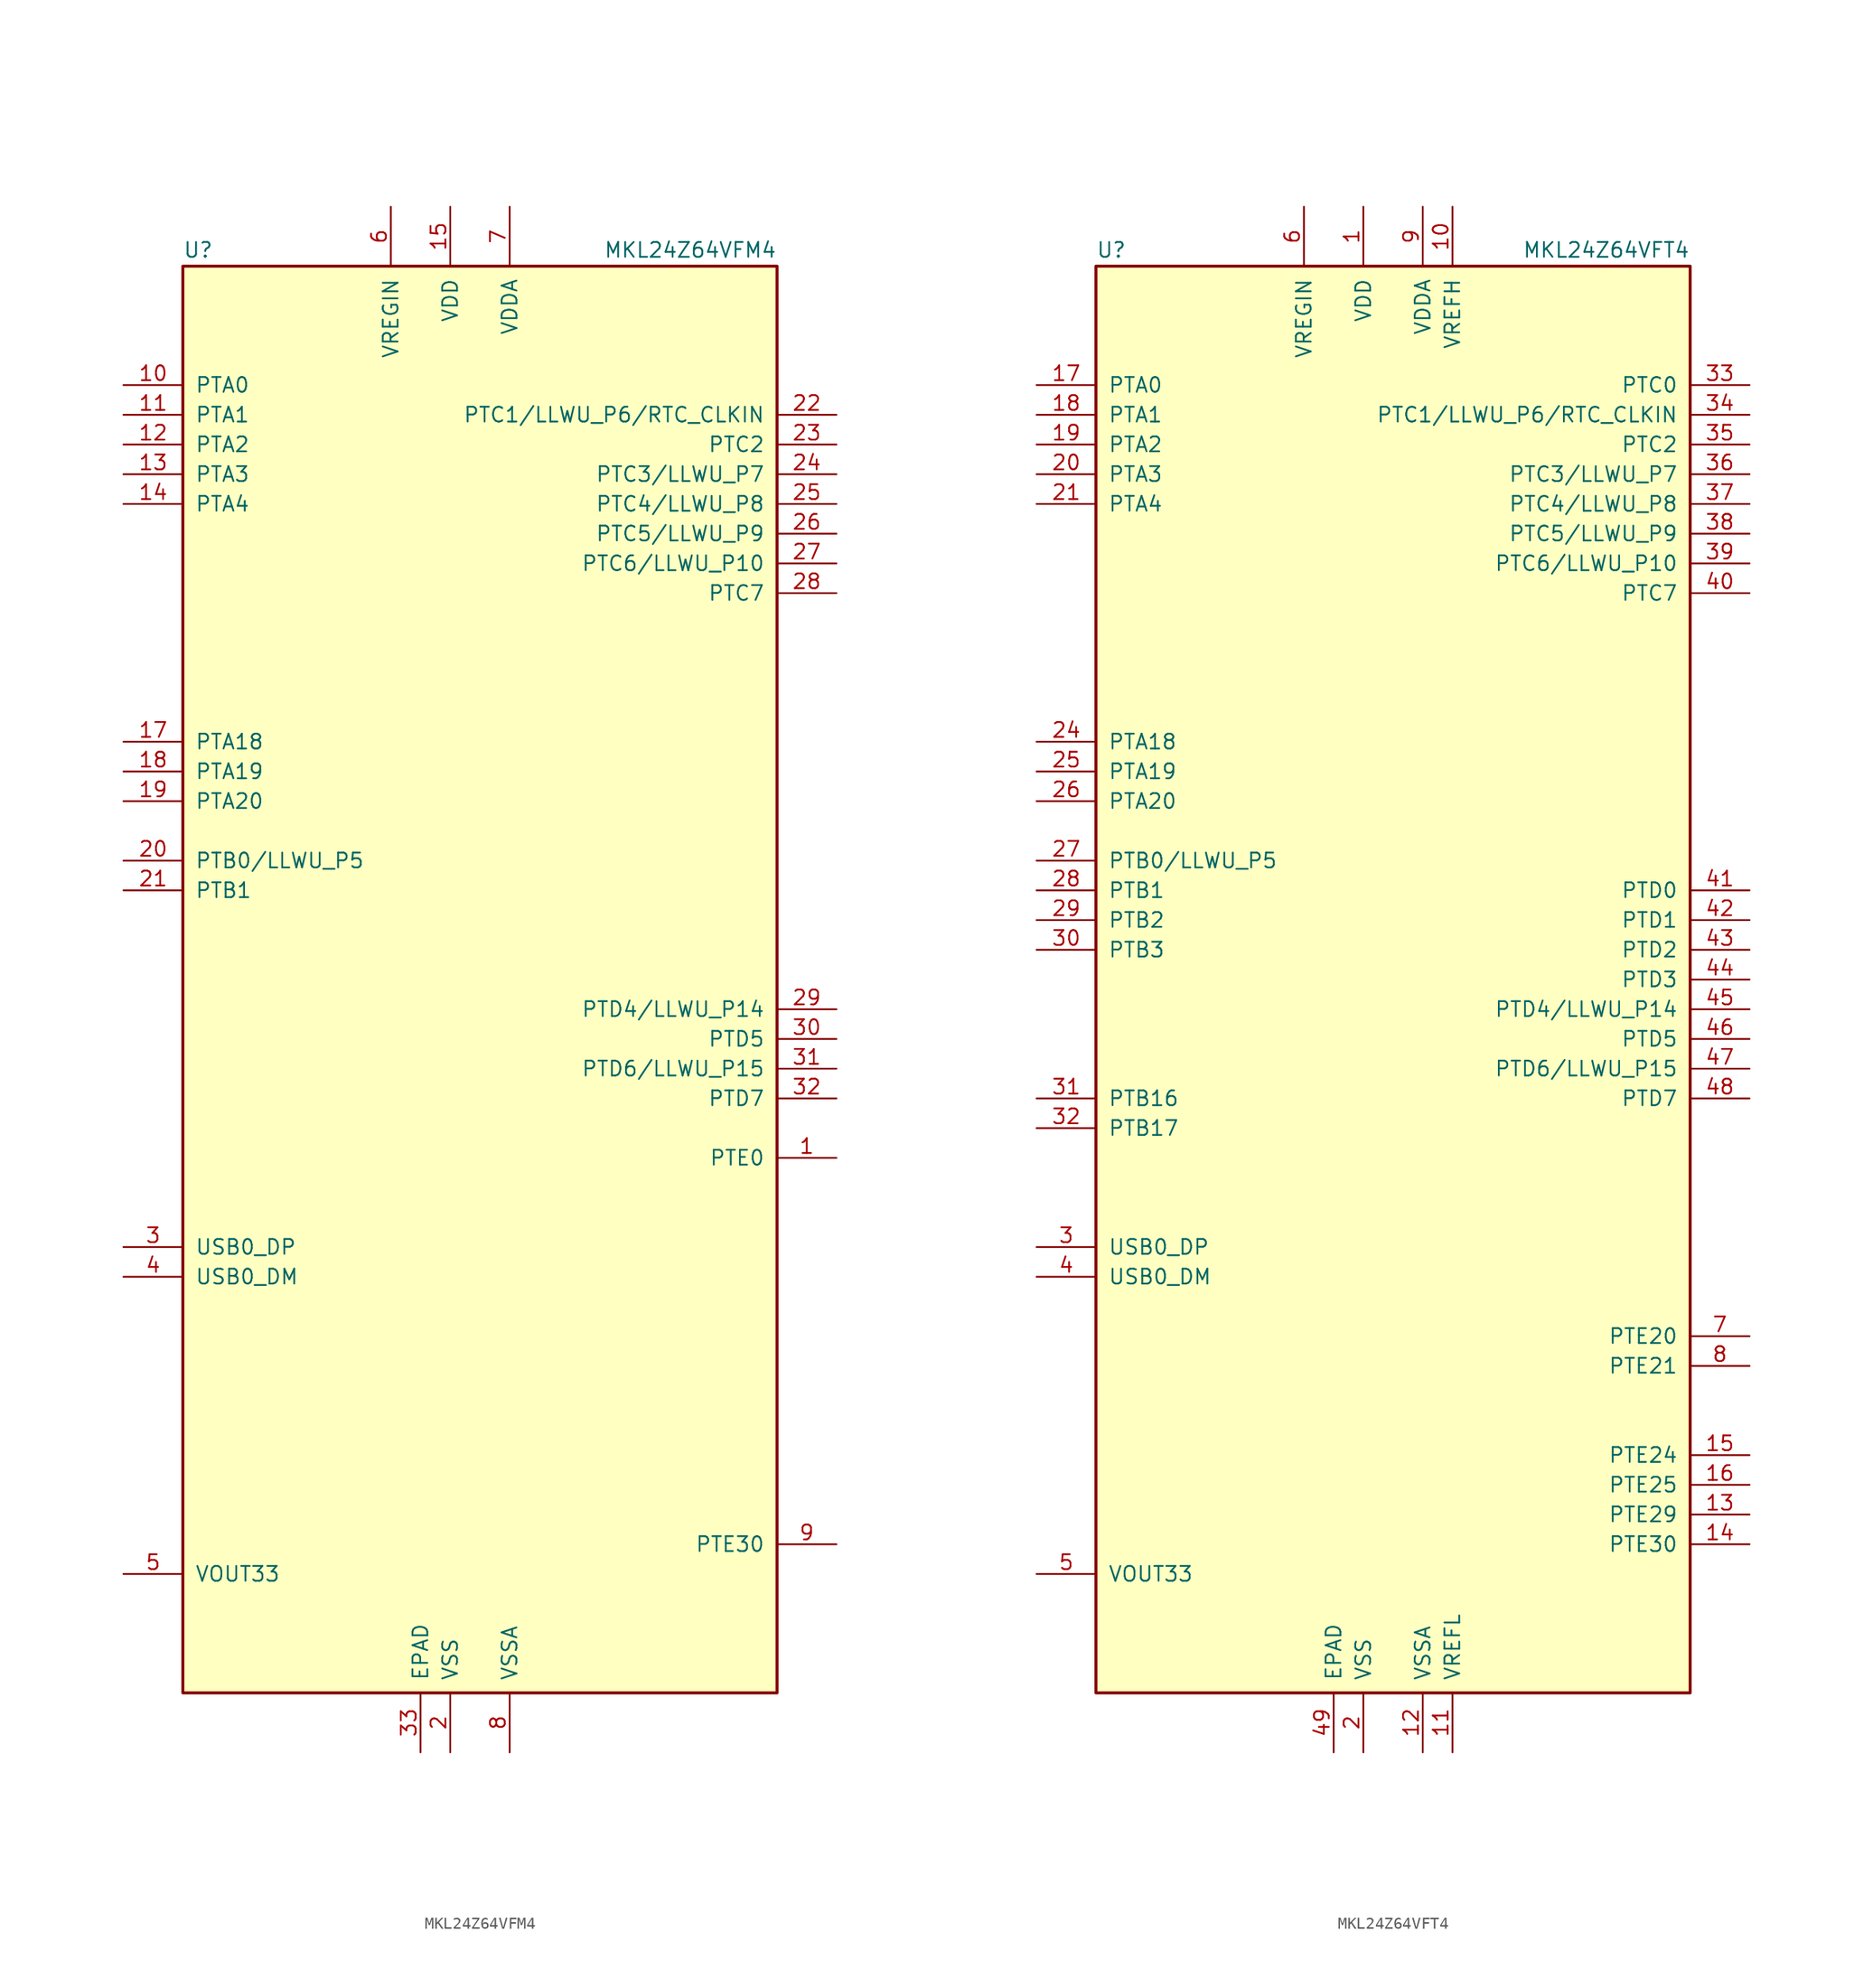
<source format=kicad_sym>
(kicad_symbol_lib
  (version 20241209)
  (generator "kicad_symbol_editor")
  (generator_version "9.0")
  (symbol "MKL24Z64VFM4"
    (pin_names
      (offset 1.016))
    (property "Reference" "U"
      (at -25.4 61.595 0)
      (effects (font (size 1.27 1.27)) (justify left bottom)))
    (property "Value" "MKL24Z64VFM4"
      (at 25.4 61.595 0)
      (effects (font (size 1.27 1.27)) (justify right bottom)))
    (symbol "MKL24Z64VFM4_0_1"
      (rectangle (start -25.4 60.96) (end 25.4 -60.96) (stroke (width 0.254) (type default)) (fill (type background))))
    (symbol "MKL24Z64VFM4_1_1"
      (pin bidirectional line (at -30.48 50.8 0) (length 5.08) (name "PTA0" (effects (font (size 1.27 1.27)))) (number "10" (effects (font (size 1.27 1.27)))))
      (pin bidirectional line (at -30.48 48.26 0) (length 5.08) (name "PTA1" (effects (font (size 1.27 1.27)))) (number "11" (effects (font (size 1.27 1.27)))))
      (pin bidirectional line (at -30.48 45.72 0) (length 5.08) (name "PTA2" (effects (font (size 1.27 1.27)))) (number "12" (effects (font (size 1.27 1.27)))))
      (pin bidirectional line (at -30.48 43.18 0) (length 5.08) (name "PTA3" (effects (font (size 1.27 1.27)))) (number "13" (effects (font (size 1.27 1.27)))))
      (pin bidirectional line (at -30.48 40.64 0) (length 5.08) (name "PTA4" (effects (font (size 1.27 1.27)))) (number "14" (effects (font (size 1.27 1.27)))))
      (pin bidirectional line (at -30.48 20.32 0) (length 5.08) (name "PTA18" (effects (font (size 1.27 1.27)))) (number "17" (effects (font (size 1.27 1.27)))))
      (pin bidirectional line (at -30.48 17.78 0) (length 5.08) (name "PTA19" (effects (font (size 1.27 1.27)))) (number "18" (effects (font (size 1.27 1.27)))))
      (pin bidirectional line (at -30.48 15.24 0) (length 5.08) (name "PTA20" (effects (font (size 1.27 1.27)))) (number "19" (effects (font (size 1.27 1.27)))))
      (pin bidirectional line (at -30.48 10.16 0) (length 5.08) (name "PTB0/LLWU_P5" (effects (font (size 1.27 1.27)))) (number "20" (effects (font (size 1.27 1.27)))))
      (pin bidirectional line (at -30.48 7.62 0) (length 5.08) (name "PTB1" (effects (font (size 1.27 1.27)))) (number "21" (effects (font (size 1.27 1.27)))))
      (pin bidirectional line (at -30.48 -22.86 0) (length 5.08) (name "USB0_DP" (effects (font (size 1.27 1.27)))) (number "3" (effects (font (size 1.27 1.27)))))
      (pin bidirectional line (at -30.48 -25.4 0) (length 5.08) (name "USB0_DM" (effects (font (size 1.27 1.27)))) (number "4" (effects (font (size 1.27 1.27)))))
      (pin power_out line (at -30.48 -50.8 0) (length 5.08) (name "VOUT33" (effects (font (size 1.27 1.27)))) (number "5" (effects (font (size 1.27 1.27)))))
      (pin power_in line (at -7.62 66.04 270) (length 5.08) (name "VREGIN" (effects (font (size 1.27 1.27)))) (number "6" (effects (font (size 1.27 1.27)))))
      (pin power_in line (at -5.08 -66.04 90) (length 5.08) (name "EPAD" (effects (font (size 1.27 1.27)))) (number "33" (effects (font (size 1.27 1.27)))))
      (pin power_in line (at -2.54 66.04 270) (length 5.08) (name "VDD" (effects (font (size 1.27 1.27)))) (number "15" (effects (font (size 1.27 1.27)))))
      (pin passive line (at -2.54 -66.04 90) (length 5.08) (hide yes) (name "VSS" (effects (font (size 1.27 1.27)))) (number "16" (effects (font (size 1.27 1.27)))))
      (pin power_in line (at -2.54 -66.04 90) (length 5.08) (name "VSS" (effects (font (size 1.27 1.27)))) (number "2" (effects (font (size 1.27 1.27)))))
      (pin power_in line (at 2.54 66.04 270) (length 5.08) (name "VDDA" (effects (font (size 1.27 1.27)))) (number "7" (effects (font (size 1.27 1.27)))))
      (pin power_in line (at 2.54 -66.04 90) (length 5.08) (name "VSSA" (effects (font (size 1.27 1.27)))) (number "8" (effects (font (size 1.27 1.27)))))
      (pin bidirectional line (at 30.48 48.26 180) (length 5.08) (name "PTC1/LLWU_P6/RTC_CLKIN" (effects (font (size 1.27 1.27)))) (number "22" (effects (font (size 1.27 1.27)))))
      (pin bidirectional line (at 30.48 45.72 180) (length 5.08) (name "PTC2" (effects (font (size 1.27 1.27)))) (number "23" (effects (font (size 1.27 1.27)))))
      (pin bidirectional line (at 30.48 43.18 180) (length 5.08) (name "PTC3/LLWU_P7" (effects (font (size 1.27 1.27)))) (number "24" (effects (font (size 1.27 1.27)))))
      (pin bidirectional line (at 30.48 40.64 180) (length 5.08) (name "PTC4/LLWU_P8" (effects (font (size 1.27 1.27)))) (number "25" (effects (font (size 1.27 1.27)))))
      (pin bidirectional line (at 30.48 38.1 180) (length 5.08) (name "PTC5/LLWU_P9" (effects (font (size 1.27 1.27)))) (number "26" (effects (font (size 1.27 1.27)))))
      (pin bidirectional line (at 30.48 35.56 180) (length 5.08) (name "PTC6/LLWU_P10" (effects (font (size 1.27 1.27)))) (number "27" (effects (font (size 1.27 1.27)))))
      (pin bidirectional line (at 30.48 33.02 180) (length 5.08) (name "PTC7" (effects (font (size 1.27 1.27)))) (number "28" (effects (font (size 1.27 1.27)))))
      (pin bidirectional line (at 30.48 -2.54 180) (length 5.08) (name "PTD4/LLWU_P14" (effects (font (size 1.27 1.27)))) (number "29" (effects (font (size 1.27 1.27)))))
      (pin bidirectional line (at 30.48 -5.08 180) (length 5.08) (name "PTD5" (effects (font (size 1.27 1.27)))) (number "30" (effects (font (size 1.27 1.27)))))
      (pin bidirectional line (at 30.48 -7.62 180) (length 5.08) (name "PTD6/LLWU_P15" (effects (font (size 1.27 1.27)))) (number "31" (effects (font (size 1.27 1.27)))))
      (pin bidirectional line (at 30.48 -10.16 180) (length 5.08) (name "PTD7" (effects (font (size 1.27 1.27)))) (number "32" (effects (font (size 1.27 1.27)))))
      (pin bidirectional line (at 30.48 -15.24 180) (length 5.08) (name "PTE0" (effects (font (size 1.27 1.27)))) (number "1" (effects (font (size 1.27 1.27)))))
      (pin bidirectional line (at 30.48 -48.26 180) (length 5.08) (name "PTE30" (effects (font (size 1.27 1.27)))) (number "9" (effects (font (size 1.27 1.27)))))))
  (symbol "MKL24Z64VFT4"
    (pin_names
      (offset 1.016))
    (property "Reference" "U"
      (at -25.4 61.595 0)
      (effects (font (size 1.27 1.27)) (justify left bottom)))
    (property "Value" "MKL24Z64VFT4"
      (at 25.4 61.595 0)
      (effects (font (size 1.27 1.27)) (justify right bottom)))
    (symbol "MKL24Z64VFT4_0_1"
      (rectangle (start -25.4 60.96) (end 25.4 -60.96) (stroke (width 0.254) (type default)) (fill (type background))))
    (symbol "MKL24Z64VFT4_1_1"
      (pin bidirectional line (at -30.48 50.8 0) (length 5.08) (name "PTA0" (effects (font (size 1.27 1.27)))) (number "17" (effects (font (size 1.27 1.27)))))
      (pin bidirectional line (at -30.48 48.26 0) (length 5.08) (name "PTA1" (effects (font (size 1.27 1.27)))) (number "18" (effects (font (size 1.27 1.27)))))
      (pin bidirectional line (at -30.48 45.72 0) (length 5.08) (name "PTA2" (effects (font (size 1.27 1.27)))) (number "19" (effects (font (size 1.27 1.27)))))
      (pin bidirectional line (at -30.48 43.18 0) (length 5.08) (name "PTA3" (effects (font (size 1.27 1.27)))) (number "20" (effects (font (size 1.27 1.27)))))
      (pin bidirectional line (at -30.48 40.64 0) (length 5.08) (name "PTA4" (effects (font (size 1.27 1.27)))) (number "21" (effects (font (size 1.27 1.27)))))
      (pin bidirectional line (at -30.48 20.32 0) (length 5.08) (name "PTA18" (effects (font (size 1.27 1.27)))) (number "24" (effects (font (size 1.27 1.27)))))
      (pin bidirectional line (at -30.48 17.78 0) (length 5.08) (name "PTA19" (effects (font (size 1.27 1.27)))) (number "25" (effects (font (size 1.27 1.27)))))
      (pin bidirectional line (at -30.48 15.24 0) (length 5.08) (name "PTA20" (effects (font (size 1.27 1.27)))) (number "26" (effects (font (size 1.27 1.27)))))
      (pin bidirectional line (at -30.48 10.16 0) (length 5.08) (name "PTB0/LLWU_P5" (effects (font (size 1.27 1.27)))) (number "27" (effects (font (size 1.27 1.27)))))
      (pin bidirectional line (at -30.48 7.62 0) (length 5.08) (name "PTB1" (effects (font (size 1.27 1.27)))) (number "28" (effects (font (size 1.27 1.27)))))
      (pin bidirectional line (at -30.48 5.08 0) (length 5.08) (name "PTB2" (effects (font (size 1.27 1.27)))) (number "29" (effects (font (size 1.27 1.27)))))
      (pin bidirectional line (at -30.48 2.54 0) (length 5.08) (name "PTB3" (effects (font (size 1.27 1.27)))) (number "30" (effects (font (size 1.27 1.27)))))
      (pin bidirectional line (at -30.48 -10.16 0) (length 5.08) (name "PTB16" (effects (font (size 1.27 1.27)))) (number "31" (effects (font (size 1.27 1.27)))))
      (pin bidirectional line (at -30.48 -12.7 0) (length 5.08) (name "PTB17" (effects (font (size 1.27 1.27)))) (number "32" (effects (font (size 1.27 1.27)))))
      (pin bidirectional line (at -30.48 -22.86 0) (length 5.08) (name "USB0_DP" (effects (font (size 1.27 1.27)))) (number "3" (effects (font (size 1.27 1.27)))))
      (pin bidirectional line (at -30.48 -25.4 0) (length 5.08) (name "USB0_DM" (effects (font (size 1.27 1.27)))) (number "4" (effects (font (size 1.27 1.27)))))
      (pin power_out line (at -30.48 -50.8 0) (length 5.08) (name "VOUT33" (effects (font (size 1.27 1.27)))) (number "5" (effects (font (size 1.27 1.27)))))
      (pin power_in line (at -7.62 66.04 270) (length 5.08) (name "VREGIN" (effects (font (size 1.27 1.27)))) (number "6" (effects (font (size 1.27 1.27)))))
      (pin power_in line (at -5.08 -66.04 90) (length 5.08) (name "EPAD" (effects (font (size 1.27 1.27)))) (number "49" (effects (font (size 1.27 1.27)))))
      (pin power_in line (at -2.54 66.04 270) (length 5.08) (name "VDD" (effects (font (size 1.27 1.27)))) (number "1" (effects (font (size 1.27 1.27)))))
      (pin passive line (at -2.54 66.04 270) (length 5.08) (hide yes) (name "VDD" (effects (font (size 1.27 1.27)))) (number "22" (effects (font (size 1.27 1.27)))))
      (pin power_in line (at -2.54 -66.04 90) (length 5.08) (name "VSS" (effects (font (size 1.27 1.27)))) (number "2" (effects (font (size 1.27 1.27)))))
      (pin passive line (at -2.54 -66.04 90) (length 5.08) (hide yes) (name "VSS" (effects (font (size 1.27 1.27)))) (number "23" (effects (font (size 1.27 1.27)))))
      (pin power_in line (at 2.54 66.04 270) (length 5.08) (name "VDDA" (effects (font (size 1.27 1.27)))) (number "9" (effects (font (size 1.27 1.27)))))
      (pin power_in line (at 2.54 -66.04 90) (length 5.08) (name "VSSA" (effects (font (size 1.27 1.27)))) (number "12" (effects (font (size 1.27 1.27)))))
      (pin power_in line (at 5.08 66.04 270) (length 5.08) (name "VREFH" (effects (font (size 1.27 1.27)))) (number "10" (effects (font (size 1.27 1.27)))))
      (pin power_in line (at 5.08 -66.04 90) (length 5.08) (name "VREFL" (effects (font (size 1.27 1.27)))) (number "11" (effects (font (size 1.27 1.27)))))
      (pin bidirectional line (at 30.48 50.8 180) (length 5.08) (name "PTC0" (effects (font (size 1.27 1.27)))) (number "33" (effects (font (size 1.27 1.27)))))
      (pin bidirectional line (at 30.48 48.26 180) (length 5.08) (name "PTC1/LLWU_P6/RTC_CLKIN" (effects (font (size 1.27 1.27)))) (number "34" (effects (font (size 1.27 1.27)))))
      (pin bidirectional line (at 30.48 45.72 180) (length 5.08) (name "PTC2" (effects (font (size 1.27 1.27)))) (number "35" (effects (font (size 1.27 1.27)))))
      (pin bidirectional line (at 30.48 43.18 180) (length 5.08) (name "PTC3/LLWU_P7" (effects (font (size 1.27 1.27)))) (number "36" (effects (font (size 1.27 1.27)))))
      (pin bidirectional line (at 30.48 40.64 180) (length 5.08) (name "PTC4/LLWU_P8" (effects (font (size 1.27 1.27)))) (number "37" (effects (font (size 1.27 1.27)))))
      (pin bidirectional line (at 30.48 38.1 180) (length 5.08) (name "PTC5/LLWU_P9" (effects (font (size 1.27 1.27)))) (number "38" (effects (font (size 1.27 1.27)))))
      (pin bidirectional line (at 30.48 35.56 180) (length 5.08) (name "PTC6/LLWU_P10" (effects (font (size 1.27 1.27)))) (number "39" (effects (font (size 1.27 1.27)))))
      (pin bidirectional line (at 30.48 33.02 180) (length 5.08) (name "PTC7" (effects (font (size 1.27 1.27)))) (number "40" (effects (font (size 1.27 1.27)))))
      (pin bidirectional line (at 30.48 7.62 180) (length 5.08) (name "PTD0" (effects (font (size 1.27 1.27)))) (number "41" (effects (font (size 1.27 1.27)))))
      (pin bidirectional line (at 30.48 5.08 180) (length 5.08) (name "PTD1" (effects (font (size 1.27 1.27)))) (number "42" (effects (font (size 1.27 1.27)))))
      (pin bidirectional line (at 30.48 2.54 180) (length 5.08) (name "PTD2" (effects (font (size 1.27 1.27)))) (number "43" (effects (font (size 1.27 1.27)))))
      (pin bidirectional line (at 30.48 0 180) (length 5.08) (name "PTD3" (effects (font (size 1.27 1.27)))) (number "44" (effects (font (size 1.27 1.27)))))
      (pin bidirectional line (at 30.48 -2.54 180) (length 5.08) (name "PTD4/LLWU_P14" (effects (font (size 1.27 1.27)))) (number "45" (effects (font (size 1.27 1.27)))))
      (pin bidirectional line (at 30.48 -5.08 180) (length 5.08) (name "PTD5" (effects (font (size 1.27 1.27)))) (number "46" (effects (font (size 1.27 1.27)))))
      (pin bidirectional line (at 30.48 -7.62 180) (length 5.08) (name "PTD6/LLWU_P15" (effects (font (size 1.27 1.27)))) (number "47" (effects (font (size 1.27 1.27)))))
      (pin bidirectional line (at 30.48 -10.16 180) (length 5.08) (name "PTD7" (effects (font (size 1.27 1.27)))) (number "48" (effects (font (size 1.27 1.27)))))
      (pin bidirectional line (at 30.48 -30.48 180) (length 5.08) (name "PTE20" (effects (font (size 1.27 1.27)))) (number "7" (effects (font (size 1.27 1.27)))))
      (pin bidirectional line (at 30.48 -33.02 180) (length 5.08) (name "PTE21" (effects (font (size 1.27 1.27)))) (number "8" (effects (font (size 1.27 1.27)))))
      (pin bidirectional line (at 30.48 -40.64 180) (length 5.08) (name "PTE24" (effects (font (size 1.27 1.27)))) (number "15" (effects (font (size 1.27 1.27)))))
      (pin bidirectional line (at 30.48 -43.18 180) (length 5.08) (name "PTE25" (effects (font (size 1.27 1.27)))) (number "16" (effects (font (size 1.27 1.27)))))
      (pin bidirectional line (at 30.48 -45.72 180) (length 5.08) (name "PTE29" (effects (font (size 1.27 1.27)))) (number "13" (effects (font (size 1.27 1.27)))))
      (pin bidirectional line (at 30.48 -48.26 180) (length 5.08) (name "PTE30" (effects (font (size 1.27 1.27)))) (number "14" (effects (font (size 1.27 1.27))))))))
</source>
